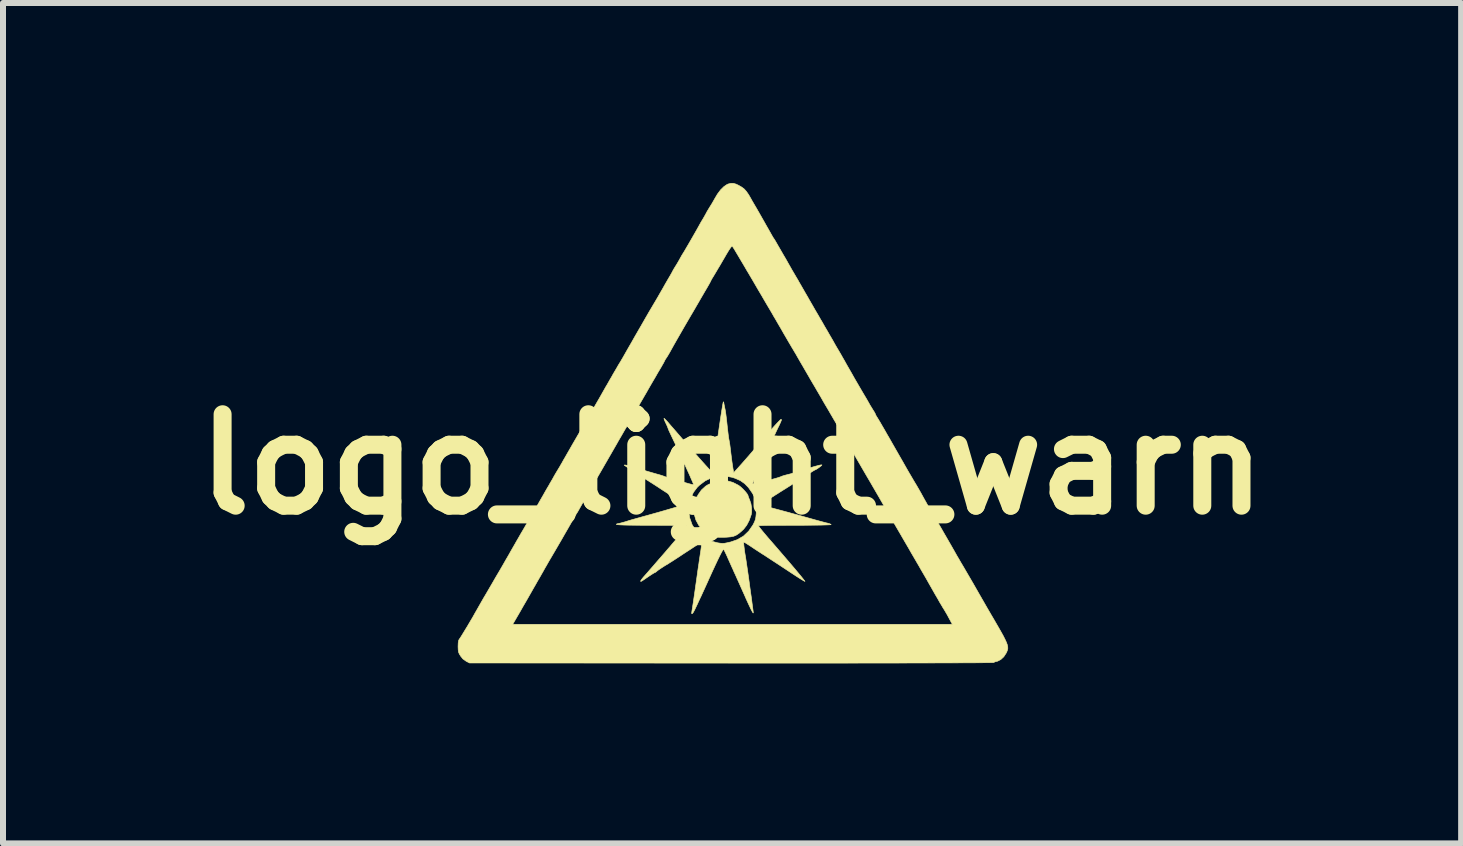
<source format=kicad_pcb>
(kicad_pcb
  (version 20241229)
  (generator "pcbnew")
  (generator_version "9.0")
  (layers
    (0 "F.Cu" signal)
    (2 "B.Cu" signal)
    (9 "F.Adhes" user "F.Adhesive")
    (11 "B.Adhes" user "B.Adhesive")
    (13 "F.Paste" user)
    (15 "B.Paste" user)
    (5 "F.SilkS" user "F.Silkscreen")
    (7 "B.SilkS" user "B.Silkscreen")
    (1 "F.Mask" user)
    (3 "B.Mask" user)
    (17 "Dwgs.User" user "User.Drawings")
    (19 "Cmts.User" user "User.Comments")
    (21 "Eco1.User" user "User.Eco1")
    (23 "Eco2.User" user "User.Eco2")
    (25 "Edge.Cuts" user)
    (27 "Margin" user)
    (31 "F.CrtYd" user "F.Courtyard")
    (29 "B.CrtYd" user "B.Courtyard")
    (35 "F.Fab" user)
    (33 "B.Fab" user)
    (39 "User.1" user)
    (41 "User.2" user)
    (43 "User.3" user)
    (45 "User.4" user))
  (footprint "logo_light_warn"
    (layer "F.Cu")
    (at 9.151 4.689)
    (property "Reference" "logo_light_warn" (at 0 0 0) (layer "F.SilkS") (effects (font (size 1.524 1.524) (thickness 0.3))))
    (attr through_hole)
    (fp_poly (pts (xy -0.086 0.273) (xy 0.013 0.301) (xy 0.109 0.35) (xy 0.142 0.375) (xy 0.179 0.409) (xy 0.215 0.447) (xy 0.245 0.483) (xy 0.263 0.511) (xy 0.267 0.523) (xy 0.272 0.541) (xy 0.284 0.572) (xy 0.294 0.594) (xy 0.315 0.657) (xy 0.326 0.728) (xy 0.327 0.795) (xy 0.32 0.838) (xy 0.285 0.937) (xy 0.244 1.015) (xy 0.194 1.08) (xy 0.174 1.099) (xy 0.122 1.145) (xy 0.076 1.177) (xy 0.029 1.198) (xy -0.026 1.209) (xy -0.096 1.215) (xy -0.133 1.216) (xy -0.219 1.216) (xy -0.281 1.211) (xy -0.321 1.201) (xy -0.411 1.156) (xy -0.49 1.093) (xy -0.555 1.016) (xy -0.602 0.929) (xy -0.629 0.837) (xy -0.631 0.815) (xy -0.63 0.708) (xy -0.609 0.605) (xy -0.568 0.511) (xy -0.511 0.429) (xy -0.44 0.364) (xy -0.396 0.337) (xy -0.287 0.292) (xy -0.185 0.27) (xy -0.086 0.273)) (stroke (width 0.01) (type solid)) (fill yes) (layer "F.SilkS"))
    (fp_poly (pts (xy -0.138 -1.029) (xy -0.135 -1.01) (xy -0.125 -0.961) (xy -0.115 -0.911) (xy -0.114 -0.908) (xy -0.109 -0.878) (xy -0.102 -0.828) (xy -0.094 -0.765) (xy -0.086 -0.693) (xy -0.082 -0.654) (xy -0.074 -0.581) (xy -0.066 -0.514) (xy -0.059 -0.458) (xy -0.053 -0.419) (xy -0.05 -0.406) (xy -0.045 -0.377) (xy -0.037 -0.329) (xy -0.029 -0.268) (xy -0.021 -0.201) (xy -0.02 -0.191) (xy -0.011 -0.119) (xy -0.002 -0.048) (xy 0.007 0.013) (xy 0.014 0.058) (xy 0.014 0.06) (xy 0.028 0.139) (xy 0.088 0.073) (xy 0.14 0.015) (xy 0.202 -0.055) (xy 0.271 -0.134) (xy 0.341 -0.215) (xy 0.408 -0.293) (xy 0.467 -0.362) (xy 0.51 -0.413) (xy 0.553 -0.464) (xy 0.6 -0.519) (xy 0.649 -0.574) (xy 0.697 -0.628) (xy 0.74 -0.675) (xy 0.776 -0.713) (xy 0.802 -0.739) (xy 0.814 -0.749) (xy 0.815 -0.749) (xy 0.822 -0.748) (xy 0.824 -0.74) (xy 0.818 -0.723) (xy 0.805 -0.692) (xy 0.782 -0.642) (xy 0.776 -0.631) (xy 0.742 -0.56) (xy 0.707 -0.484) (xy 0.667 -0.399) (xy 0.622 -0.3) (xy 0.57 -0.185) (xy 0.521 -0.076) (xy 0.47 0.035) (xy 0.426 0.133) (xy 0.388 0.214) (xy 0.359 0.275) (xy 0.359 0.276) (xy 0.348 0.306) (xy 0.346 0.325) (xy 0.347 0.326) (xy 0.361 0.325) (xy 0.395 0.319) (xy 0.444 0.308) (xy 0.503 0.293) (xy 0.568 0.277) (xy 0.634 0.259) (xy 0.697 0.242) (xy 0.751 0.227) (xy 0.792 0.214) (xy 0.816 0.205) (xy 0.819 0.203) (xy 0.837 0.196) (xy 0.872 0.185) (xy 0.918 0.173) (xy 0.926 0.171) (xy 0.977 0.158) (xy 1.022 0.144) (xy 1.052 0.132) (xy 1.053 0.132) (xy 1.084 0.119) (xy 1.106 0.114) (xy 1.128 0.111) (xy 1.166 0.1) (xy 1.213 0.086) (xy 1.226 0.082) (xy 1.305 0.057) (xy 1.374 0.036) (xy 1.431 0.021) (xy 1.473 0.011) (xy 1.495 0.009) (xy 1.498 0.01) (xy 1.489 0.022) (xy 1.466 0.041) (xy 1.437 0.062) (xy 1.41 0.08) (xy 1.393 0.089) (xy 1.392 0.089) (xy 1.387 0.091) (xy 1.374 0.098) (xy 1.353 0.11) (xy 1.32 0.131) (xy 1.274 0.16) (xy 1.212 0.2) (xy 1.132 0.251) (xy 1.079 0.285) (xy 1.026 0.319) (xy 0.977 0.351) (xy 0.937 0.376) (xy 0.918 0.388) (xy 0.893 0.404) (xy 0.851 0.43) (xy 0.798 0.463) (xy 0.739 0.501) (xy 0.718 0.514) (xy 0.657 0.553) (xy 0.6 0.589) (xy 0.552 0.619) (xy 0.518 0.64) (xy 0.511 0.644) (xy 0.485 0.662) (xy 0.48 0.672) (xy 0.486 0.673) (xy 0.516 0.679) (xy 0.53 0.685) (xy 0.552 0.694) (xy 0.591 0.706) (xy 0.642 0.721) (xy 0.679 0.731) (xy 0.749 0.75) (xy 0.82 0.769) (xy 0.898 0.79) (xy 0.984 0.814) (xy 1.083 0.841) (xy 1.198 0.873) (xy 1.333 0.911) (xy 1.397 0.929) (xy 1.459 0.946) (xy 1.519 0.962) (xy 1.568 0.975) (xy 1.591 0.98) (xy 1.626 0.99) (xy 1.647 1) (xy 1.651 1.005) (xy 1.639 1.007) (xy 1.603 1.009) (xy 1.548 1.011) (xy 1.474 1.013) (xy 1.385 1.014) (xy 1.282 1.015) (xy 1.169 1.016) (xy 1.05 1.016) (xy 0.929 1.016) (xy 0.815 1.017) (xy 0.712 1.017) (xy 0.622 1.018) (xy 0.548 1.019) (xy 0.491 1.021) (xy 0.454 1.022) (xy 0.441 1.024) (xy 0.447 1.035) (xy 0.467 1.063) (xy 0.5 1.104) (xy 0.543 1.156) (xy 0.593 1.215) (xy 0.626 1.253) (xy 0.719 1.36) (xy 0.808 1.463) (xy 0.892 1.561) (xy 0.969 1.651) (xy 1.039 1.733) (xy 1.099 1.805) (xy 1.148 1.864) (xy 1.184 1.909) (xy 1.207 1.939) (xy 1.215 1.951) (xy 1.215 1.952) (xy 1.203 1.946) (xy 1.174 1.929) (xy 1.128 1.901) (xy 1.07 1.864) (xy 1.003 1.82) (xy 0.935 1.775) (xy 0.85 1.719) (xy 0.762 1.661) (xy 0.676 1.605) (xy 0.598 1.554) (xy 0.533 1.511) (xy 0.505 1.494) (xy 0.442 1.453) (xy 0.379 1.412) (xy 0.324 1.375) (xy 0.282 1.347) (xy 0.275 1.343) (xy 0.238 1.319) (xy 0.21 1.303) (xy 0.196 1.299) (xy 0.195 1.299) (xy 0.194 1.314) (xy 0.197 1.35) (xy 0.203 1.4) (xy 0.211 1.462) (xy 0.222 1.529) (xy 0.224 1.537) (xy 0.229 1.571) (xy 0.237 1.623) (xy 0.247 1.692) (xy 0.259 1.773) (xy 0.272 1.862) (xy 0.285 1.956) (xy 0.298 2.053) (xy 0.311 2.147) (xy 0.324 2.236) (xy 0.334 2.316) (xy 0.343 2.383) (xy 0.35 2.435) (xy 0.354 2.467) (xy 0.354 2.477) (xy 0.35 2.476) (xy 0.336 2.454) (xy 0.314 2.412) (xy 0.285 2.351) (xy 0.249 2.273) (xy 0.233 2.238) (xy 0.21 2.185) (xy 0.181 2.121) (xy 0.149 2.049) (xy 0.116 1.975) (xy 0.084 1.904) (xy 0.056 1.841) (xy 0.033 1.792) (xy 0.019 1.76) (xy 0.019 1.759) (xy 0.007 1.733) (xy -0.013 1.689) (xy -0.037 1.635) (xy -0.064 1.575) (xy -0.064 1.575) (xy -0.089 1.518) (xy -0.112 1.47) (xy -0.129 1.435) (xy -0.139 1.419) (xy -0.139 1.418) (xy -0.146 1.421) (xy -0.159 1.438) (xy -0.178 1.472) (xy -0.204 1.523) (xy -0.238 1.592) (xy -0.28 1.681) (xy -0.331 1.791) (xy -0.391 1.923) (xy -0.402 1.948) (xy -0.437 2.025) (xy -0.469 2.095) (xy -0.496 2.154) (xy -0.517 2.2) (xy -0.53 2.227) (xy -0.533 2.233) (xy -0.543 2.254) (xy -0.56 2.291) (xy -0.582 2.339) (xy -0.596 2.368) (xy -0.623 2.425) (xy -0.645 2.466) (xy -0.662 2.488) (xy -0.671 2.49) (xy -0.673 2.481) (xy -0.671 2.463) (xy -0.666 2.429) (xy -0.66 2.394) (xy -0.655 2.358) (xy -0.646 2.302) (xy -0.636 2.232) (xy -0.624 2.151) (xy -0.612 2.066) (xy -0.609 2.045) (xy -0.596 1.954) (xy -0.583 1.862) (xy -0.571 1.775) (xy -0.56 1.7) (xy -0.551 1.643) (xy -0.551 1.638) (xy -0.541 1.572) (xy -0.531 1.505) (xy -0.522 1.447) (xy -0.519 1.424) (xy -0.511 1.365) (xy -0.509 1.329) (xy -0.517 1.314) (xy -0.537 1.317) (xy -0.571 1.336) (xy -0.597 1.353) (xy -0.636 1.378) (xy -0.69 1.414) (xy -0.755 1.456) (xy -0.824 1.501) (xy -0.87 1.532) (xy -0.933 1.573) (xy -0.99 1.61) (xy -1.038 1.64) (xy -1.071 1.662) (xy -1.086 1.67) (xy -1.118 1.689) (xy -1.157 1.714) (xy -1.198 1.741) (xy -1.234 1.766) (xy -1.259 1.786) (xy -1.268 1.794) (xy -1.282 1.803) (xy -1.284 1.803) (xy -1.299 1.81) (xy -1.33 1.829) (xy -1.37 1.855) (xy -1.394 1.871) (xy -1.439 1.902) (xy -1.477 1.928) (xy -1.502 1.944) (xy -1.508 1.948) (xy -1.523 1.952) (xy -1.522 1.941) (xy -1.506 1.916) (xy -1.477 1.88) (xy -1.475 1.878) (xy -1.45 1.85) (xy -1.413 1.808) (xy -1.368 1.756) (xy -1.316 1.697) (xy -1.262 1.634) (xy -1.207 1.571) (xy -1.154 1.51) (xy -1.107 1.456) (xy -1.069 1.411) (xy -1.041 1.379) (xy -1.028 1.364) (xy -1.013 1.346) (xy -0.985 1.313) (xy -0.947 1.269) (xy -0.903 1.218) (xy -0.879 1.19) (xy -0.834 1.138) (xy -0.797 1.092) (xy -0.768 1.056) (xy -0.752 1.033) (xy -0.749 1.028) (xy -0.762 1.025) (xy -0.798 1.023) (xy -0.856 1.021) (xy -0.935 1.019) (xy -1.033 1.017) (xy -1.148 1.017) (xy -1.279 1.016) (xy -1.34 1.016) (xy -1.492 1.016) (xy -1.619 1.015) (xy -1.723 1.014) (xy -1.805 1.012) (xy -1.866 1.009) (xy -1.905 1.006) (xy -1.926 1.002) (xy -1.928 0.997) (xy -1.913 0.991) (xy -1.883 0.985) (xy -1.843 0.975) (xy -1.793 0.961) (xy -1.765 0.953) (xy -1.732 0.942) (xy -1.679 0.926) (xy -1.611 0.907) (xy -1.533 0.885) (xy -1.451 0.862) (xy -1.435 0.858) (xy -1.307 0.822) (xy -1.197 0.791) (xy -1.172 0.784) (xy -0.721 0.784) (xy -0.705 0.894) (xy -0.668 0.999) (xy -0.662 1.013) (xy -0.604 1.099) (xy -0.527 1.175) (xy -0.435 1.238) (xy -0.332 1.284) (xy -0.241 1.308) (xy -0.196 1.315) (xy -0.161 1.318) (xy -0.126 1.316) (xy -0.084 1.308) (xy -0.027 1.295) (xy -0.025 1.295) (xy 0.09 1.255) (xy 0.192 1.195) (xy 0.277 1.114) (xy 0.346 1.015) (xy 0.358 0.993) (xy 0.378 0.951) (xy 0.391 0.914) (xy 0.398 0.874) (xy 0.403 0.822) (xy 0.404 0.785) (xy 0.405 0.695) (xy 0.397 0.622) (xy 0.379 0.558) (xy 0.349 0.497) (xy 0.335 0.474) (xy 0.274 0.387) (xy 0.211 0.322) (xy 0.14 0.272) (xy 0.055 0.234) (xy 0.005 0.217) (xy -0.113 0.195) (xy -0.228 0.197) (xy -0.34 0.224) (xy -0.446 0.274) (xy -0.544 0.348) (xy -0.58 0.383) (xy -0.644 0.468) (xy -0.69 0.567) (xy -0.716 0.673) (xy -0.721 0.784) (xy -1.172 0.784) (xy -1.1 0.763) (xy -1.008 0.736) (xy -0.915 0.709) (xy -0.874 0.696) (xy -0.789 0.67) (xy -0.861 0.623) (xy -0.906 0.593) (xy -0.963 0.555) (xy -1.029 0.513) (xy -1.099 0.467) (xy -1.169 0.422) (xy -1.235 0.378) (xy -1.294 0.34) (xy -1.341 0.31) (xy -1.373 0.29) (xy -1.38 0.285) (xy -1.435 0.251) (xy -1.497 0.212) (xy -1.561 0.17) (xy -1.624 0.129) (xy -1.683 0.091) (xy -1.733 0.058) (xy -1.77 0.033) (xy -1.793 0.017) (xy -1.797 0.013) (xy -1.789 0.011) (xy -1.764 0.014) (xy -1.727 0.021) (xy -1.685 0.031) (xy -1.645 0.043) (xy -1.616 0.052) (xy -1.587 0.063) (xy -1.538 0.078) (xy -1.474 0.098) (xy -1.399 0.12) (xy -1.32 0.143) (xy -1.24 0.166) (xy -1.238 0.166) (xy -1.19 0.18) (xy -1.15 0.193) (xy -1.124 0.203) (xy -1.124 0.203) (xy -1.099 0.212) (xy -1.059 0.225) (xy -1.011 0.239) (xy -1.01 0.239) (xy -0.959 0.254) (xy -0.893 0.272) (xy -0.824 0.292) (xy -0.783 0.304) (xy -0.728 0.32) (xy -0.682 0.332) (xy -0.651 0.339) (xy -0.64 0.339) (xy -0.644 0.327) (xy -0.657 0.295) (xy -0.679 0.245) (xy -0.707 0.18) (xy -0.742 0.104) (xy -0.781 0.018) (xy -0.823 -0.073) (xy -0.867 -0.168) (xy -0.911 -0.264) (xy -0.945 -0.337) (xy -0.985 -0.421) (xy -1.016 -0.486) (xy -1.038 -0.533) (xy -1.053 -0.565) (xy -1.061 -0.586) (xy -1.066 -0.597) (xy -1.067 -0.602) (xy -1.072 -0.616) (xy -1.085 -0.647) (xy -1.103 -0.685) (xy -1.121 -0.724) (xy -1.132 -0.754) (xy -1.134 -0.767) (xy -1.124 -0.76) (xy -1.102 -0.738) (xy -1.071 -0.705) (xy -1.057 -0.688) (xy -1.022 -0.647) (xy -0.971 -0.589) (xy -0.907 -0.515) (xy -0.83 -0.426) (xy -0.742 -0.326) (xy -0.645 -0.215) (xy -0.54 -0.095) (xy -0.534 -0.089) (xy -0.49 -0.039) (xy -0.444 0.012) (xy -0.404 0.056) (xy -0.392 0.069) (xy -0.333 0.132) (xy -0.319 0.082) (xy -0.313 0.052) (xy -0.304 0.002) (xy -0.294 -0.061) (xy -0.283 -0.131) (xy -0.279 -0.159) (xy -0.258 -0.309) (xy -0.238 -0.45) (xy -0.219 -0.581) (xy -0.202 -0.698) (xy -0.187 -0.799) (xy -0.174 -0.882) (xy -0.164 -0.943) (xy -0.16 -0.965) (xy -0.152 -1.013) (xy -0.146 -1.037) (xy -0.142 -1.042) (xy -0.138 -1.029)) (stroke (width 0.01) (type solid)) (fill yes) (layer "F.SilkS"))
    (fp_poly (pts (xy 0.023 -4.683) (xy 0.068 -4.67) (xy 0.111 -4.649) (xy 0.162 -4.62) (xy 0.204 -4.588) (xy 0.24 -4.547) (xy 0.278 -4.492) (xy 0.305 -4.445) (xy 0.337 -4.388) (xy 0.372 -4.328) (xy 0.402 -4.277) (xy 0.404 -4.274) (xy 0.425 -4.237) (xy 0.456 -4.183) (xy 0.493 -4.118) (xy 0.534 -4.046) (xy 0.575 -3.973) (xy 0.614 -3.905) (xy 0.647 -3.846) (xy 0.669 -3.807) (xy 0.686 -3.778) (xy 0.698 -3.761) (xy 0.699 -3.759) (xy 0.709 -3.745) (xy 0.726 -3.716) (xy 0.745 -3.683) (xy 0.769 -3.641) (xy 0.801 -3.586) (xy 0.835 -3.527) (xy 0.851 -3.499) (xy 0.883 -3.445) (xy 0.913 -3.393) (xy 0.937 -3.35) (xy 0.946 -3.334) (xy 0.966 -3.299) (xy 0.993 -3.251) (xy 1.024 -3.198) (xy 1.034 -3.181) (xy 1.062 -3.133) (xy 1.087 -3.091) (xy 1.104 -3.062) (xy 1.108 -3.054) (xy 1.12 -3.033) (xy 1.142 -2.995) (xy 1.169 -2.948) (xy 1.187 -2.917) (xy 1.217 -2.864) (xy 1.247 -2.813) (xy 1.27 -2.773) (xy 1.278 -2.758) (xy 1.291 -2.736) (xy 1.315 -2.694) (xy 1.348 -2.637) (xy 1.388 -2.567) (xy 1.434 -2.489) (xy 1.482 -2.405) (xy 1.493 -2.388) (xy 1.541 -2.303) (xy 1.587 -2.225) (xy 1.627 -2.155) (xy 1.661 -2.097) (xy 1.686 -2.054) (xy 1.7 -2.028) (xy 1.701 -2.026) (xy 1.719 -1.994) (xy 1.744 -1.951) (xy 1.766 -1.914) (xy 1.795 -1.865) (xy 1.824 -1.815) (xy 1.841 -1.784) (xy 1.873 -1.729) (xy 1.91 -1.662) (xy 1.952 -1.589) (xy 1.997 -1.511) (xy 2.041 -1.432) (xy 2.085 -1.357) (xy 2.125 -1.288) (xy 2.16 -1.228) (xy 2.187 -1.182) (xy 2.205 -1.152) (xy 2.21 -1.143) (xy 2.227 -1.115) (xy 2.251 -1.074) (xy 2.273 -1.035) (xy 2.301 -0.985) (xy 2.332 -0.935) (xy 2.351 -0.904) (xy 2.372 -0.871) (xy 2.385 -0.847) (xy 2.388 -0.84) (xy 2.394 -0.824) (xy 2.41 -0.795) (xy 2.424 -0.774) (xy 2.441 -0.746) (xy 2.468 -0.701) (xy 2.502 -0.642) (xy 2.543 -0.572) (xy 2.586 -0.496) (xy 2.609 -0.457) (xy 2.701 -0.296) (xy 2.781 -0.156) (xy 2.85 -0.036) (xy 2.907 0.065) (xy 2.955 0.148) (xy 2.994 0.214) (xy 3.023 0.264) (xy 3.044 0.299) (xy 3.057 0.321) (xy 3.059 0.324) (xy 3.076 0.352) (xy 3.101 0.395) (xy 3.13 0.446) (xy 3.144 0.47) (xy 3.184 0.543) (xy 3.215 0.599) (xy 3.24 0.643) (xy 3.261 0.681) (xy 3.282 0.716) (xy 3.305 0.755) (xy 3.328 0.794) (xy 3.355 0.84) (xy 3.391 0.902) (xy 3.433 0.975) (xy 3.48 1.055) (xy 3.527 1.137) (xy 3.574 1.218) (xy 3.617 1.293) (xy 3.655 1.359) (xy 3.684 1.41) (xy 3.702 1.441) (xy 3.712 1.46) (xy 3.724 1.48) (xy 3.737 1.504) (xy 3.755 1.535) (xy 3.78 1.577) (xy 3.812 1.633) (xy 3.855 1.705) (xy 3.883 1.753) (xy 3.918 1.813) (xy 3.96 1.885) (xy 4 1.954) (xy 4.016 1.981) (xy 4.109 2.144) (xy 4.19 2.285) (xy 4.259 2.405) (xy 4.316 2.503) (xy 4.355 2.569) (xy 4.421 2.683) (xy 4.475 2.777) (xy 4.518 2.854) (xy 4.55 2.917) (xy 4.573 2.967) (xy 4.588 3.008) (xy 4.595 3.041) (xy 4.596 3.07) (xy 4.59 3.097) (xy 4.58 3.123) (xy 4.571 3.143) (xy 4.53 3.206) (xy 4.48 3.253) (xy 4.426 3.281) (xy 4.413 3.284) (xy 4.382 3.292) (xy 4.363 3.302) (xy 4.362 3.303) (xy 4.348 3.304) (xy 4.311 3.305) (xy 4.249 3.306) (xy 4.164 3.307) (xy 4.057 3.308) (xy 3.928 3.308) (xy 3.779 3.309) (xy 3.609 3.31) (xy 3.421 3.31) (xy 3.213 3.311) (xy 2.988 3.311) (xy 2.746 3.312) (xy 2.488 3.312) (xy 2.214 3.312) (xy 1.926 3.313) (xy 1.623 3.313) (xy 1.308 3.313) (xy 0.98 3.313) (xy 0.64 3.313) (xy 0.29 3.313) (xy -0.01 3.313) (xy -4.375 3.311) (xy -4.43 3.283) (xy -4.487 3.242) (xy -4.525 3.194) (xy -4.546 3.159) (xy -4.559 3.128) (xy -4.564 3.093) (xy -4.566 3.043) (xy -4.566 3.034) (xy -4.564 2.977) (xy -4.558 2.939) (xy -4.547 2.915) (xy -4.545 2.913) (xy -4.532 2.895) (xy -4.509 2.859) (xy -4.479 2.81) (xy -4.443 2.751) (xy -4.404 2.687) (xy -4.392 2.667) (xy -3.656 2.667) (xy 3.672 2.667) (xy 3.612 2.556) (xy 3.584 2.504) (xy 3.557 2.458) (xy 3.537 2.424) (xy 3.53 2.413) (xy 3.517 2.393) (xy 3.495 2.355) (xy 3.463 2.302) (xy 3.426 2.236) (xy 3.383 2.163) (xy 3.352 2.108) (xy 3.287 1.994) (xy 3.233 1.898) (xy 3.187 1.819) (xy 3.149 1.754) (xy 3.118 1.699) (xy 3.09 1.651) (xy 3.086 1.645) (xy 3.071 1.618) (xy 3.046 1.576) (xy 3.016 1.524) (xy 2.99 1.48) (xy 2.952 1.413) (xy 2.909 1.339) (xy 2.868 1.269) (xy 2.85 1.238) (xy 2.813 1.174) (xy 2.771 1.102) (xy 2.732 1.035) (xy 2.721 1.016) (xy 2.687 0.957) (xy 2.65 0.894) (xy 2.618 0.84) (xy 2.61 0.826) (xy 2.582 0.777) (xy 2.555 0.731) (xy 2.535 0.696) (xy 2.515 0.661) (xy 2.484 0.607) (xy 2.445 0.539) (xy 2.399 0.46) (xy 2.349 0.374) (xy 2.297 0.284) (xy 2.244 0.194) (xy 2.194 0.108) (xy 2.148 0.029) (xy 2.128 -0.006) (xy 2.084 -0.081) (xy 2.033 -0.17) (xy 1.976 -0.267) (xy 1.919 -0.365) (xy 1.866 -0.458) (xy 1.855 -0.476) (xy 1.806 -0.561) (xy 1.756 -0.648) (xy 1.707 -0.731) (xy 1.664 -0.805) (xy 1.629 -0.865) (xy 1.619 -0.883) (xy 1.584 -0.942) (xy 1.55 -0.999) (xy 1.522 -1.047) (xy 1.504 -1.079) (xy 1.482 -1.118) (xy 1.452 -1.169) (xy 1.421 -1.222) (xy 1.415 -1.232) (xy 1.385 -1.284) (xy 1.347 -1.348) (xy 1.307 -1.416) (xy 1.282 -1.46) (xy 1.246 -1.522) (xy 1.21 -1.584) (xy 1.179 -1.638) (xy 1.16 -1.67) (xy 1.132 -1.718) (xy 1.104 -1.767) (xy 1.086 -1.798) (xy 1.066 -1.834) (xy 1.037 -1.882) (xy 1.007 -1.933) (xy 1 -1.944) (xy 0.973 -1.99) (xy 0.937 -2.051) (xy 0.897 -2.12) (xy 0.856 -2.19) (xy 0.845 -2.21) (xy 0.813 -2.266) (xy 0.783 -2.317) (xy 0.755 -2.365) (xy 0.727 -2.414) (xy 0.697 -2.464) (xy 0.666 -2.519) (xy 0.63 -2.58) (xy 0.589 -2.649) (xy 0.542 -2.729) (xy 0.488 -2.822) (xy 0.424 -2.93) (xy 0.351 -3.056) (xy 0.266 -3.2) (xy 0.254 -3.219) (xy 0.19 -3.329) (xy 0.137 -3.418) (xy 0.095 -3.489) (xy 0.062 -3.544) (xy 0.038 -3.585) (xy 0.02 -3.612) (xy 0.009 -3.629) (xy 0.002 -3.637) (xy 0.001 -3.638) (xy -0.009 -3.63) (xy -0.029 -3.604) (xy -0.056 -3.564) (xy -0.086 -3.514) (xy -0.09 -3.508) (xy -0.128 -3.442) (xy -0.17 -3.37) (xy -0.209 -3.303) (xy -0.233 -3.264) (xy -0.264 -3.211) (xy -0.294 -3.161) (xy -0.318 -3.121) (xy -0.326 -3.109) (xy -0.344 -3.078) (xy -0.354 -3.058) (xy -0.356 -3.054) (xy -0.362 -3.041) (xy -0.378 -3.011) (xy -0.402 -2.969) (xy -0.421 -2.936) (xy -0.456 -2.877) (xy -0.492 -2.815) (xy -0.524 -2.76) (xy -0.534 -2.743) (xy -0.556 -2.704) (xy -0.589 -2.648) (xy -0.627 -2.582) (xy -0.668 -2.512) (xy -0.693 -2.47) (xy -0.743 -2.384) (xy -0.799 -2.288) (xy -0.857 -2.187) (xy -0.914 -2.088) (xy -0.967 -1.995) (xy -1.012 -1.914) (xy -1.038 -1.867) (xy -1.062 -1.826) (xy -1.085 -1.788) (xy -1.093 -1.777) (xy -1.114 -1.745) (xy -1.127 -1.719) (xy -1.138 -1.696) (xy -1.159 -1.66) (xy -1.181 -1.621) (xy -1.209 -1.574) (xy -1.236 -1.529) (xy -1.252 -1.501) (xy -1.266 -1.476) (xy -1.291 -1.433) (xy -1.324 -1.377) (xy -1.363 -1.31) (xy -1.405 -1.237) (xy -1.422 -1.206) (xy -1.466 -1.131) (xy -1.507 -1.06) (xy -1.544 -0.996) (xy -1.573 -0.945) (xy -1.593 -0.91) (xy -1.597 -0.902) (xy -1.617 -0.866) (xy -1.633 -0.84) (xy -1.638 -0.832) (xy -1.65 -0.814) (xy -1.668 -0.782) (xy -1.68 -0.762) (xy -1.7 -0.726) (xy -1.728 -0.676) (xy -1.76 -0.62) (xy -1.778 -0.591) (xy -1.81 -0.536) (xy -1.849 -0.468) (xy -1.893 -0.393) (xy -1.934 -0.32) (xy -1.943 -0.305) (xy -2.009 -0.19) (xy -2.073 -0.079) (xy -2.133 0.025) (xy -2.186 0.117) (xy -2.229 0.191) (xy -2.255 0.235) (xy -2.289 0.294) (xy -2.329 0.363) (xy -2.371 0.437) (xy -2.415 0.512) (xy -2.456 0.585) (xy -2.493 0.65) (xy -2.523 0.703) (xy -2.544 0.74) (xy -2.549 0.749) (xy -2.572 0.79) (xy -2.595 0.826) (xy -2.603 0.838) (xy -2.625 0.874) (xy -2.644 0.908) (xy -2.656 0.93) (xy -2.679 0.971) (xy -2.711 1.027) (xy -2.75 1.095) (xy -2.794 1.171) (xy -2.84 1.252) (xy -2.888 1.334) (xy -2.935 1.415) (xy -2.979 1.49) (xy -3.01 1.543) (xy -3.042 1.597) (xy -3.072 1.649) (xy -3.096 1.692) (xy -3.106 1.708) (xy -3.127 1.745) (xy -3.154 1.794) (xy -3.183 1.844) (xy -3.183 1.845) (xy -3.209 1.89) (xy -3.244 1.95) (xy -3.281 2.016) (xy -3.314 2.073) (xy -3.347 2.131) (xy -3.389 2.205) (xy -3.436 2.287) (xy -3.485 2.371) (xy -3.525 2.442) (xy -3.656 2.667) (xy -4.392 2.667) (xy -4.366 2.622) (xy -4.329 2.56) (xy -4.298 2.505) (xy -4.286 2.483) (xy -4.261 2.44) (xy -4.227 2.38) (xy -4.186 2.308) (xy -4.141 2.229) (xy -4.094 2.15) (xy -4.051 2.076) (xy -3.992 1.975) (xy -3.935 1.876) (xy -3.881 1.785) (xy -3.835 1.706) (xy -3.8 1.645) (xy -3.779 1.608) (xy -3.76 1.575) (xy -3.74 1.541) (xy -3.717 1.501) (xy -3.688 1.449) (xy -3.65 1.383) (xy -3.631 1.35) (xy -3.593 1.283) (xy -3.55 1.209) (xy -3.51 1.139) (xy -3.493 1.111) (xy -3.461 1.056) (xy -3.43 1.002) (xy -3.404 0.958) (xy -3.394 0.94) (xy -3.368 0.895) (xy -3.338 0.844) (xy -3.324 0.82) (xy -3.303 0.786) (xy -3.274 0.735) (xy -3.239 0.674) (xy -3.202 0.609) (xy -3.188 0.584) (xy -3.149 0.517) (xy -3.111 0.449) (xy -3.076 0.389) (xy -3.048 0.342) (xy -3.042 0.33) (xy -3.015 0.284) (xy -2.99 0.241) (xy -2.973 0.21) (xy -2.973 0.21) (xy -2.956 0.18) (xy -2.931 0.137) (xy -2.903 0.091) (xy -2.902 0.089) (xy -2.874 0.043) (xy -2.85 0.001) (xy -2.833 -0.028) (xy -2.832 -0.029) (xy -2.814 -0.063) (xy -2.784 -0.114) (xy -2.747 -0.179) (xy -2.705 -0.252) (xy -2.66 -0.331) (xy -2.614 -0.41) (xy -2.57 -0.486) (xy -2.53 -0.554) (xy -2.507 -0.592) (xy -2.473 -0.65) (xy -2.444 -0.702) (xy -2.421 -0.744) (xy -2.409 -0.769) (xy -2.407 -0.773) (xy -2.396 -0.795) (xy -2.387 -0.8) (xy -2.375 -0.809) (xy -2.375 -0.811) (xy -2.369 -0.826) (xy -2.352 -0.857) (xy -2.329 -0.9) (xy -2.312 -0.928) (xy -2.277 -0.989) (xy -2.236 -1.06) (xy -2.196 -1.129) (xy -2.182 -1.154) (xy -2.152 -1.207) (xy -2.125 -1.255) (xy -2.104 -1.292) (xy -2.095 -1.307) (xy -2.081 -1.33) (xy -2.058 -1.371) (xy -2.029 -1.422) (xy -1.996 -1.478) (xy -1.996 -1.48) (xy -1.961 -1.54) (xy -1.926 -1.599) (xy -1.897 -1.65) (xy -1.877 -1.683) (xy -1.859 -1.711) (xy -1.844 -1.738) (xy -1.827 -1.766) (xy -1.807 -1.801) (xy -1.781 -1.847) (xy -1.747 -1.907) (xy -1.712 -1.968) (xy -1.672 -2.037) (xy -1.627 -2.117) (xy -1.582 -2.195) (xy -1.555 -2.242) (xy -1.517 -2.307) (xy -1.477 -2.377) (xy -1.44 -2.442) (xy -1.416 -2.483) (xy -1.384 -2.539) (xy -1.344 -2.606) (xy -1.304 -2.674) (xy -1.282 -2.711) (xy -1.242 -2.779) (xy -1.199 -2.854) (xy -1.158 -2.925) (xy -1.14 -2.957) (xy -1.109 -3.012) (xy -1.079 -3.064) (xy -1.055 -3.105) (xy -1.045 -3.122) (xy -1.02 -3.165) (xy -0.996 -3.208) (xy -0.994 -3.213) (xy -0.972 -3.253) (xy -0.945 -3.297) (xy -0.938 -3.308) (xy -0.914 -3.347) (xy -0.885 -3.397) (xy -0.864 -3.435) (xy -0.839 -3.48) (xy -0.815 -3.519) (xy -0.8 -3.543) (xy -0.788 -3.563) (xy -0.766 -3.601) (xy -0.736 -3.652) (xy -0.7 -3.714) (xy -0.662 -3.78) (xy -0.623 -3.848) (xy -0.586 -3.913) (xy -0.553 -3.972) (xy -0.541 -3.994) (xy -0.521 -4.03) (xy -0.496 -4.072) (xy -0.489 -4.083) (xy -0.464 -4.126) (xy -0.44 -4.169) (xy -0.435 -4.178) (xy -0.416 -4.214) (xy -0.389 -4.259) (xy -0.368 -4.293) (xy -0.338 -4.341) (xy -0.309 -4.391) (xy -0.293 -4.42) (xy -0.244 -4.503) (xy -0.191 -4.574) (xy -0.135 -4.629) (xy -0.082 -4.665) (xy -0.065 -4.672) (xy -0.018 -4.684) (xy 0.023 -4.683)) (stroke (width 0.01) (type solid)) (fill yes) (layer "F.SilkS")))
  (gr_rect
    (start -3 -3)
    (end 21.303 11.007)
    (stroke (width 0.1) (type default))
    (fill no)
    (layer "Edge.Cuts")))
</source>
